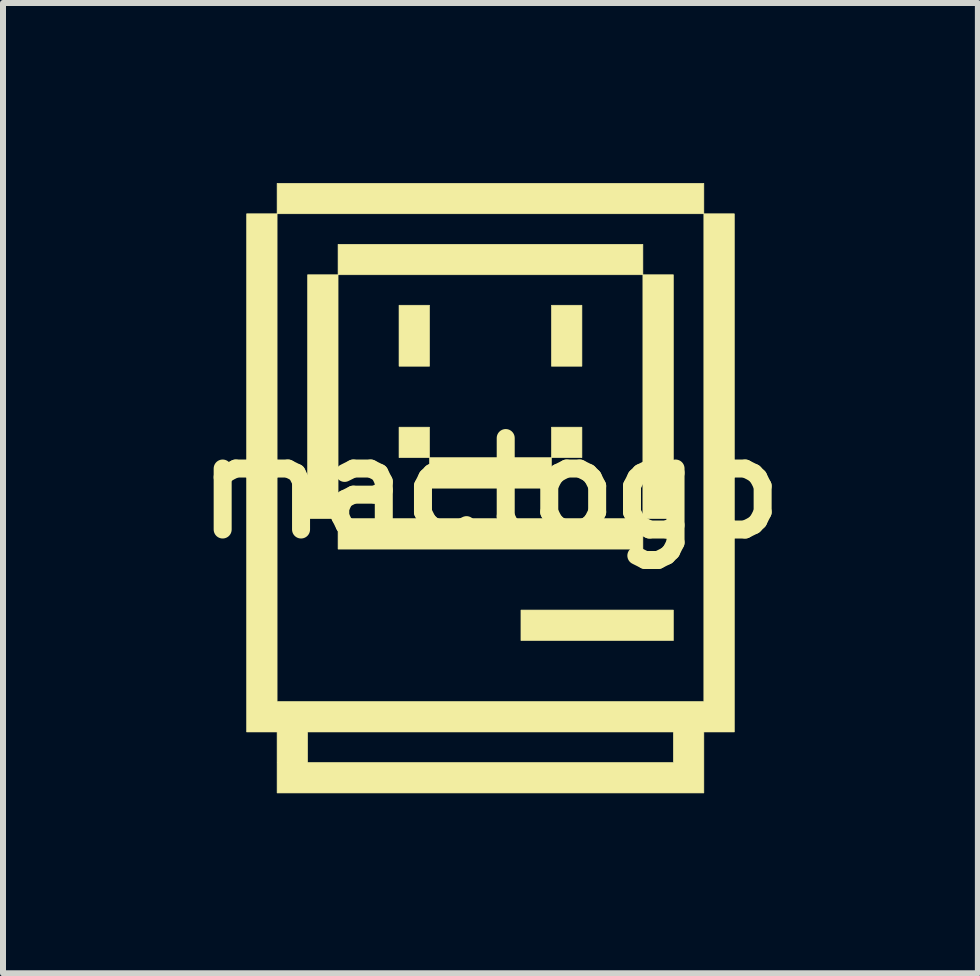
<source format=kicad_pcb>
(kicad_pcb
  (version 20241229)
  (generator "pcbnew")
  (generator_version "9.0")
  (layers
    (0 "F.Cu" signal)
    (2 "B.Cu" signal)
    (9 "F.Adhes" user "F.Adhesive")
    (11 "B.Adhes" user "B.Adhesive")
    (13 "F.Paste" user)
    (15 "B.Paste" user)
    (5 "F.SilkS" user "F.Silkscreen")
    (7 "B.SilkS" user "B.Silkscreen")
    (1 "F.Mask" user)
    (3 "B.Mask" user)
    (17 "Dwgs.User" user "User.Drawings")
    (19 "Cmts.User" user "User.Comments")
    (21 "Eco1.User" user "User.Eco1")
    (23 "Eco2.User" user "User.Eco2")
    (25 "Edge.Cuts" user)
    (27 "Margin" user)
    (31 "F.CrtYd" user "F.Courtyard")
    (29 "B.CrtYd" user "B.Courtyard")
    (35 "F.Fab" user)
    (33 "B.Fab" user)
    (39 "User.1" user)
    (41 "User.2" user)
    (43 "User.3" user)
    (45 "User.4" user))
  (footprint "maclogo"
    (layer "F.Cu")
    (at 5.124 5.085)
    (property "Reference" "maclogo" (at 0 0 0) (layer "F.SilkS") (effects (font (size 1.524 1.524) (thickness 0.3))))
    (attr through_hole)
    (fp_poly (pts (xy -3.556 -5.08) (xy 3.556 -5.08) (xy 3.556 -4.572) (xy -3.556 -4.572) (xy -3.556 -5.08)) (stroke (width 0.01) (type solid)) (fill yes) (layer "F.SilkS"))
    (fp_poly (pts (xy -3.048 0.508) (xy -3.048 -3.556) (xy -2.54 -3.556) (xy -2.54 0.508) (xy -3.048 0.508)) (stroke (width 0.01) (type solid)) (fill yes) (layer "F.SilkS"))
    (fp_poly (pts (xy -2.54 -4.064) (xy 2.54 -4.064) (xy 2.54 -3.556) (xy -2.54 -3.556) (xy -2.54 -4.064)) (stroke (width 0.01) (type solid)) (fill yes) (layer "F.SilkS"))
    (fp_poly (pts (xy -1.524 -0.508) (xy -1.524 -1.016) (xy -1.016 -1.016) (xy -1.016 -0.508) (xy -1.524 -0.508)) (stroke (width 0.01) (type solid)) (fill yes) (layer "F.SilkS"))
    (fp_poly (pts (xy -1.016 -2.032) (xy -1.524 -2.032) (xy -1.524 -3.048) (xy -1.016 -3.048) (xy -1.016 -2.032)) (stroke (width 0.01) (type solid)) (fill yes) (layer "F.SilkS"))
    (fp_poly (pts (xy 1.016 -1.016) (xy 1.524 -1.016) (xy 1.524 -0.508) (xy 1.016 -0.508) (xy 1.016 -1.016)) (stroke (width 0.01) (type solid)) (fill yes) (layer "F.SilkS"))
    (fp_poly (pts (xy 1.016 0) (xy -1.016 0) (xy -1.016 -0.508) (xy 1.016 -0.508) (xy 1.016 0)) (stroke (width 0.01) (type solid)) (fill yes) (layer "F.SilkS"))
    (fp_poly (pts (xy 1.524 -2.032) (xy 1.016 -2.032) (xy 1.016 -3.048) (xy 1.524 -3.048) (xy 1.524 -2.032)) (stroke (width 0.01) (type solid)) (fill yes) (layer "F.SilkS"))
    (fp_poly (pts (xy 2.54 -3.556) (xy 3.048 -3.556) (xy 3.048 0.508) (xy 2.54 0.508) (xy 2.54 -3.556)) (stroke (width 0.01) (type solid)) (fill yes) (layer "F.SilkS"))
    (fp_poly (pts (xy 2.54 1.016) (xy -2.54 1.016) (xy -2.54 0.508) (xy 2.54 0.508) (xy 2.54 1.016)) (stroke (width 0.01) (type solid)) (fill yes) (layer "F.SilkS"))
    (fp_poly (pts (xy 3.048 2.54) (xy 0.508 2.54) (xy 0.508 2.032) (xy 3.048 2.032) (xy 3.048 2.54)) (stroke (width 0.01) (type solid)) (fill yes) (layer "F.SilkS"))
    (fp_poly (pts (xy -3.556 3.556) (xy 3.556 3.556) (xy 3.556 -4.572) (xy 4.064 -4.572) (xy 4.064 4.064) (xy 3.556 4.064) (xy 3.556 5.08) (xy -3.556 5.08) (xy -3.556 4.064) (xy -3.048 4.064) (xy -3.048 4.572) (xy 3.048 4.572) (xy 3.048 4.064) (xy -3.048 4.064) (xy -3.556 4.064) (xy -4.064 4.064) (xy -4.064 -4.572) (xy -3.556 -4.572) (xy -3.556 3.556)) (stroke (width 0.01) (type solid)) (fill yes) (layer "F.SilkS")))
  (gr_rect
    (start -3 -3)
    (end 13.247 13.17)
    (stroke (width 0.1) (type default))
    (fill no)
    (layer "Edge.Cuts")))
</source>
